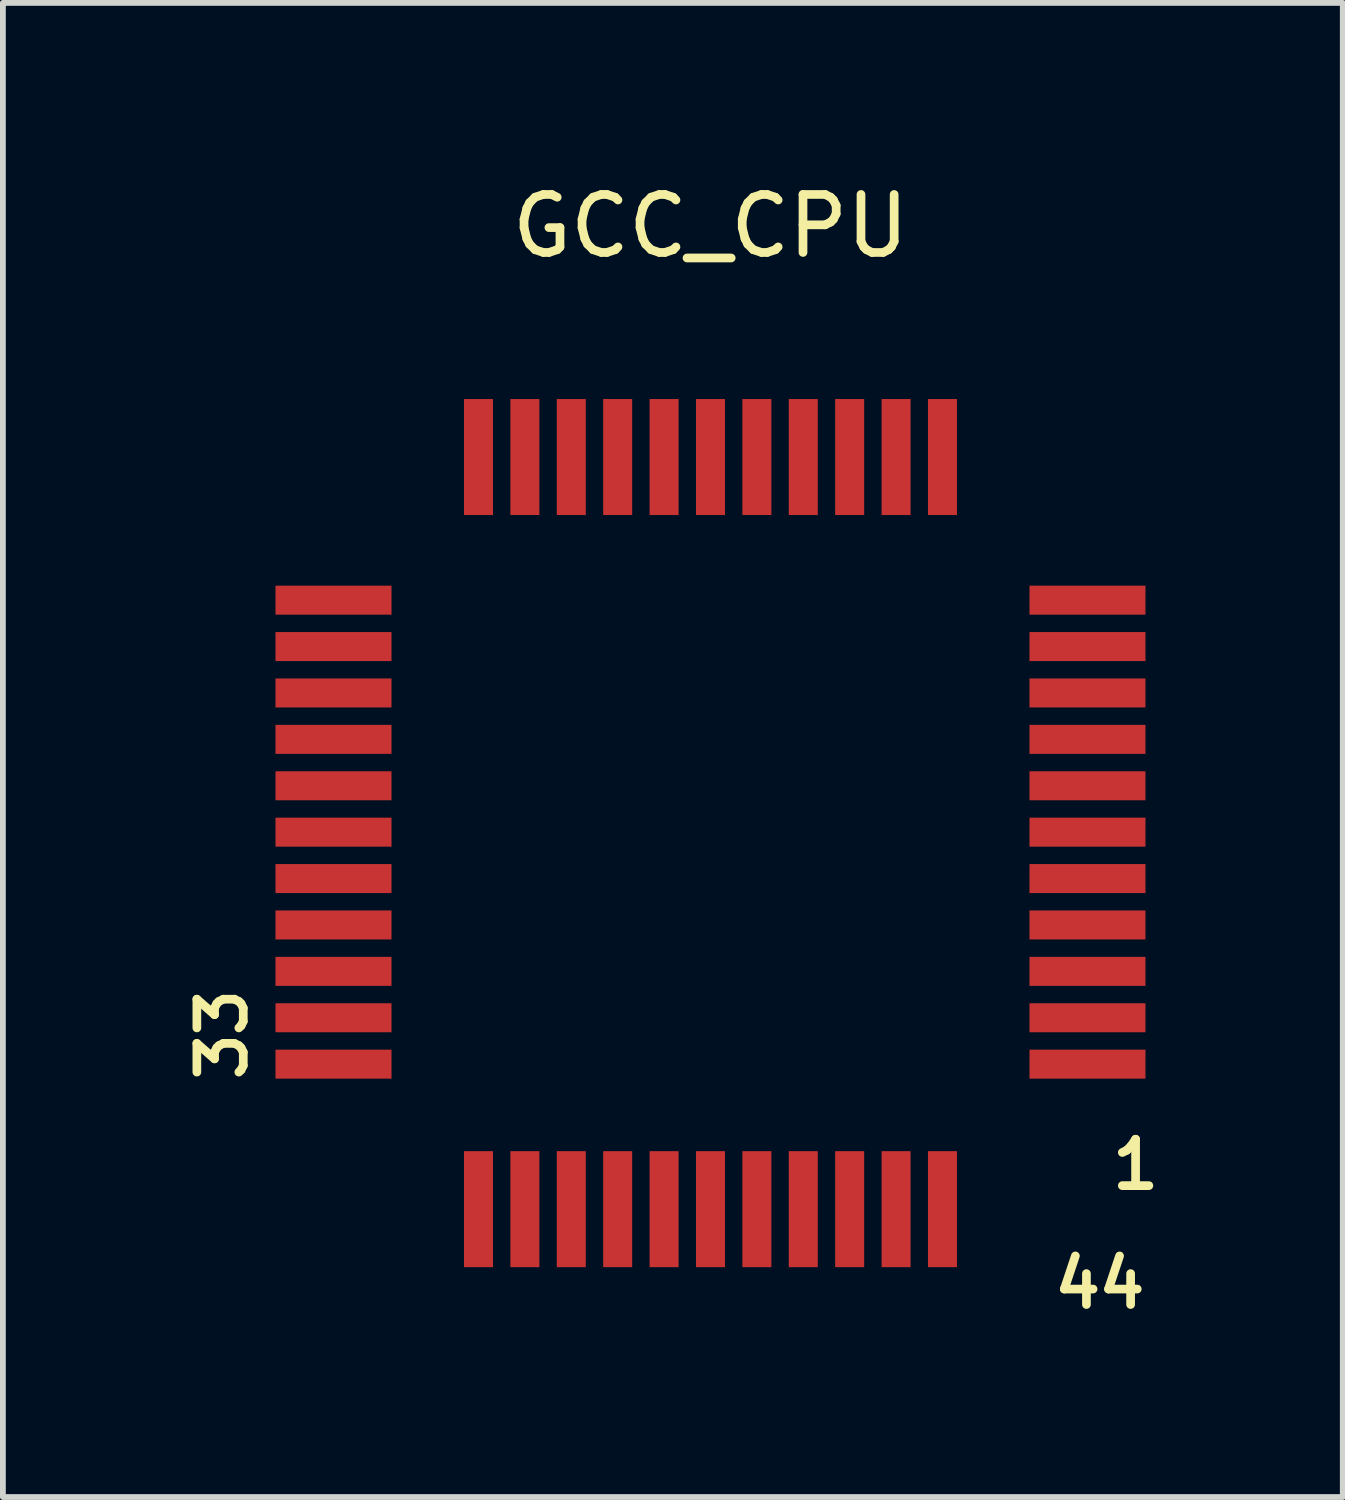
<source format=kicad_pcb>
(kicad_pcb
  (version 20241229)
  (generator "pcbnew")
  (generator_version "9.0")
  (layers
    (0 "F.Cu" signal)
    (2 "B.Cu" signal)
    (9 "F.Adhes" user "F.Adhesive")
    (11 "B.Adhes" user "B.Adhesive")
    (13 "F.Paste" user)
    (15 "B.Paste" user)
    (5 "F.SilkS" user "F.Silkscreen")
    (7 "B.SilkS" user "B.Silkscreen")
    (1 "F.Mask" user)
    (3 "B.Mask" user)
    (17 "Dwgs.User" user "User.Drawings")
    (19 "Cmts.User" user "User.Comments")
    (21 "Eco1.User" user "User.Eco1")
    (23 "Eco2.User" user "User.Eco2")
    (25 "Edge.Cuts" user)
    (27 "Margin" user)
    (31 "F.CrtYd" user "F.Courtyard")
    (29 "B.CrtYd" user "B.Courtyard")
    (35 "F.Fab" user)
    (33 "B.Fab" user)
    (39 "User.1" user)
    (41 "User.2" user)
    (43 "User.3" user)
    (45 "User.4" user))
  (footprint "GCC_CPU"
    (layer "F.Cu")
    (at 9.2 1.348)
    (property "Reference" "GCC_CPU" (at 0 -0.5 0) (unlocked yes) (layer "F.SilkS") (effects (font (size 1 1) (thickness 0.15))))
    (attr smd)
    (fp_text user "44" (at 5.85 18.2 0) (unlocked yes) (layer "F.SilkS") (effects (font (size 0.8 0.8) (thickness 0.15)) (justify left bottom)))
    (fp_text user "1" (at 6.85 16.15 0) (unlocked yes) (layer "F.SilkS") (effects (font (size 0.8 0.8) (thickness 0.15)) (justify left bottom)))
    (fp_text user "33" (at -7.95 14.3 90) (unlocked yes) (layer "F.SilkS") (effects (font (size 0.8 0.8) (thickness 0.15)) (justify left bottom)))
    (pad "1" smd rect (at 6.5 13.95 180) (size 2 0.5) (layers "F.Cu" "F.Mask" "F.Paste"))
    (pad "2" smd rect (at 6.5 13.15 180) (size 2 0.5) (layers "F.Cu" "F.Mask" "F.Paste"))
    (pad "3" smd rect (at 6.5 12.35 180) (size 2 0.5) (layers "F.Cu" "F.Mask" "F.Paste"))
    (pad "4" smd rect (at 6.5 11.55 180) (size 2 0.5) (layers "F.Cu" "F.Mask" "F.Paste"))
    (pad "5" smd rect (at 6.5 10.75 180) (size 2 0.5) (layers "F.Cu" "F.Mask" "F.Paste"))
    (pad "6" smd rect (at 6.5 9.95 180) (size 2 0.5) (layers "F.Cu" "F.Mask" "F.Paste"))
    (pad "7" smd rect (at 6.5 9.15 180) (size 2 0.5) (layers "F.Cu" "F.Mask" "F.Paste"))
    (pad "8" smd rect (at 6.5 8.35 180) (size 2 0.5) (layers "F.Cu" "F.Mask" "F.Paste"))
    (pad "9" smd rect (at 6.5 7.55 180) (size 2 0.5) (layers "F.Cu" "F.Mask" "F.Paste"))
    (pad "10" smd rect (at 6.5 6.75 180) (size 2 0.5) (layers "F.Cu" "F.Mask" "F.Paste"))
    (pad "11" smd rect (at 6.5 5.95 180) (size 2 0.5) (layers "F.Cu" "F.Mask" "F.Paste"))
    (pad "12" smd rect (at 4 3.482 270) (size 2 0.5) (layers "F.Cu" "F.Mask" "F.Paste"))
    (pad "13" smd rect (at 3.2 3.482 270) (size 2 0.5) (layers "F.Cu" "F.Mask" "F.Paste"))
    (pad "14" smd rect (at 2.4 3.482 270) (size 2 0.5) (layers "F.Cu" "F.Mask" "F.Paste"))
    (pad "15" smd rect (at 1.6 3.482 270) (size 2 0.5) (layers "F.Cu" "F.Mask" "F.Paste"))
    (pad "16" smd rect (at 0.8 3.482 270) (size 2 0.5) (layers "F.Cu" "F.Mask" "F.Paste"))
    (pad "17" smd rect (at 0 3.482 270) (size 2 0.5) (layers "F.Cu" "F.Mask" "F.Paste"))
    (pad "18" smd rect (at -0.8 3.482 270) (size 2 0.5) (layers "F.Cu" "F.Mask" "F.Paste"))
    (pad "19" smd rect (at -1.6 3.482 270) (size 2 0.5) (layers "F.Cu" "F.Mask" "F.Paste"))
    (pad "20" smd rect (at -2.4 3.482 270) (size 2 0.5) (layers "F.Cu" "F.Mask" "F.Paste"))
    (pad "21" smd rect (at -3.2 3.482 270) (size 2 0.5) (layers "F.Cu" "F.Mask" "F.Paste"))
    (pad "22" smd rect (at -4 3.482 270) (size 2 0.5) (layers "F.Cu" "F.Mask" "F.Paste"))
    (pad "23" smd rect (at -6.5 5.95 180) (size 2 0.5) (layers "F.Cu" "F.Mask" "F.Paste"))
    (pad "24" smd rect (at -6.5 6.75 180) (size 2 0.5) (layers "F.Cu" "F.Mask" "F.Paste"))
    (pad "25" smd rect (at -6.5 7.55 180) (size 2 0.5) (layers "F.Cu" "F.Mask" "F.Paste"))
    (pad "26" smd rect (at -6.5 8.35 180) (size 2 0.5) (layers "F.Cu" "F.Mask" "F.Paste"))
    (pad "27" smd rect (at -6.5 9.15 180) (size 2 0.5) (layers "F.Cu" "F.Mask" "F.Paste"))
    (pad "28" smd rect (at -6.5 9.95 180) (size 2 0.5) (layers "F.Cu" "F.Mask" "F.Paste"))
    (pad "29" smd rect (at -6.5 10.75 180) (size 2 0.5) (layers "F.Cu" "F.Mask" "F.Paste"))
    (pad "30" smd rect (at -6.5 11.55 180) (size 2 0.5) (layers "F.Cu" "F.Mask" "F.Paste"))
    (pad "31" smd rect (at -6.5 12.35 180) (size 2 0.5) (layers "F.Cu" "F.Mask" "F.Paste"))
    (pad "32" smd rect (at -6.5 13.15 180) (size 2 0.5) (layers "F.Cu" "F.Mask" "F.Paste"))
    (pad "33" smd rect (at -6.5 13.95 180) (size 2 0.5) (layers "F.Cu" "F.Mask" "F.Paste"))
    (pad "34" smd rect (at -4 16.45 270) (size 2 0.5) (layers "F.Cu" "F.Mask" "F.Paste"))
    (pad "35" smd rect (at -3.2 16.45 270) (size 2 0.5) (layers "F.Cu" "F.Mask" "F.Paste"))
    (pad "36" smd rect (at -2.4 16.45 270) (size 2 0.5) (layers "F.Cu" "F.Mask" "F.Paste"))
    (pad "37" smd rect (at -1.6 16.45 270) (size 2 0.5) (layers "F.Cu" "F.Mask" "F.Paste"))
    (pad "38" smd rect (at -0.8 16.45 270) (size 2 0.5) (layers "F.Cu" "F.Mask" "F.Paste"))
    (pad "39" smd rect (at 0 16.45 270) (size 2 0.5) (layers "F.Cu" "F.Mask" "F.Paste"))
    (pad "40" smd rect (at 0.8 16.45 270) (size 2 0.5) (layers "F.Cu" "F.Mask" "F.Paste"))
    (pad "41" smd rect (at 1.6 16.45 270) (size 2 0.5) (layers "F.Cu" "F.Mask" "F.Paste"))
    (pad "42" smd rect (at 2.4 16.45 270) (size 2 0.5) (layers "F.Cu" "F.Mask" "F.Paste"))
    (pad "43" smd rect (at 3.2 16.45 270) (size 2 0.5) (layers "F.Cu" "F.Mask" "F.Paste"))
    (pad "44" smd rect (at 4 16.45 270) (size 2 0.5) (layers "F.Cu" "F.Mask" "F.Paste")))
  (gr_rect
    (start -3 -3)
    (end 20.102 22.761)
    (stroke (width 0.1) (type default))
    (fill no)
    (layer "Edge.Cuts")))
</source>
